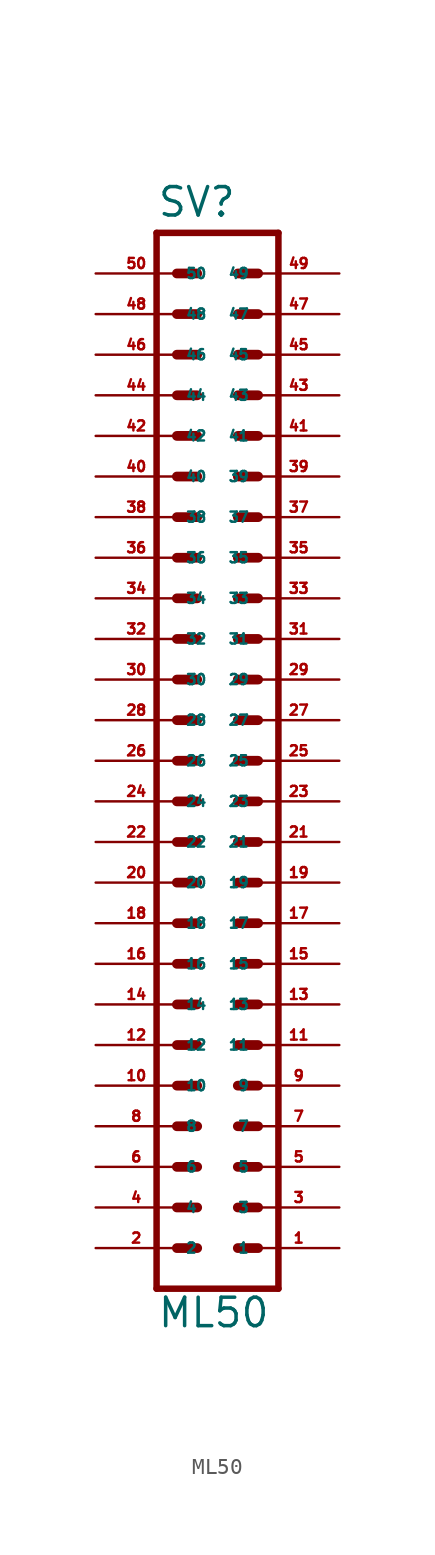
<source format=kicad_sym>
(kicad_symbol_lib
  (version 20220914)
  (generator Eagle2Kicad)
  (symbol "ML50"
    (property "Reference" "SV"
      (at -3.81 33.909 0)
      (effects (font (size 1.778 1.778) (thickness 0.22)) (justify left bottom)))
    (property "Value" "ML50"
      (at -3.81 -35.56 0)
      (effects (font (size 1.778 1.778) (thickness 0.22)) (justify left bottom)))
    (polyline
      (pts (xy 3.81 -33.02) (xy -3.81 -33.02))
      (stroke (width 0.406) (type default))
      (fill (type none)))
    (polyline
      (pts (xy -3.81 33.02) (xy -3.81 -33.02))
      (stroke (width 0.406) (type default))
      (fill (type none)))
    (polyline
      (pts (xy -3.81 33.02) (xy 3.81 33.02))
      (stroke (width 0.406) (type default))
      (fill (type none)))
    (polyline
      (pts (xy 3.81 -33.02) (xy 3.81 33.02))
      (stroke (width 0.406) (type default))
      (fill (type none)))
    (polyline
      (pts (xy 1.27 -20.32) (xy 2.54 -20.32))
      (stroke (width 0.61) (type default))
      (fill (type none)))
    (polyline
      (pts (xy 1.27 -22.86) (xy 2.54 -22.86))
      (stroke (width 0.61) (type default))
      (fill (type none)))
    (polyline
      (pts (xy 1.27 -25.4) (xy 2.54 -25.4))
      (stroke (width 0.61) (type default))
      (fill (type none)))
    (polyline
      (pts (xy 1.27 -27.94) (xy 2.54 -27.94))
      (stroke (width 0.61) (type default))
      (fill (type none)))
    (polyline
      (pts (xy 1.27 -30.48) (xy 2.54 -30.48))
      (stroke (width 0.61) (type default))
      (fill (type none)))
    (polyline
      (pts (xy -2.54 -20.32) (xy -1.27 -20.32))
      (stroke (width 0.61) (type default))
      (fill (type none)))
    (polyline
      (pts (xy -2.54 -22.86) (xy -1.27 -22.86))
      (stroke (width 0.61) (type default))
      (fill (type none)))
    (polyline
      (pts (xy -2.54 -25.4) (xy -1.27 -25.4))
      (stroke (width 0.61) (type default))
      (fill (type none)))
    (polyline
      (pts (xy -2.54 -27.94) (xy -1.27 -27.94))
      (stroke (width 0.61) (type default))
      (fill (type none)))
    (polyline
      (pts (xy -2.54 -30.48) (xy -1.27 -30.48))
      (stroke (width 0.61) (type default))
      (fill (type none)))
    (polyline
      (pts (xy 1.27 -17.78) (xy 2.54 -17.78))
      (stroke (width 0.61) (type default))
      (fill (type none)))
    (polyline
      (pts (xy 1.27 -15.24) (xy 2.54 -15.24))
      (stroke (width 0.61) (type default))
      (fill (type none)))
    (polyline
      (pts (xy 1.27 -12.7) (xy 2.54 -12.7))
      (stroke (width 0.61) (type default))
      (fill (type none)))
    (polyline
      (pts (xy 1.27 -10.16) (xy 2.54 -10.16))
      (stroke (width 0.61) (type default))
      (fill (type none)))
    (polyline
      (pts (xy 1.27 -7.62) (xy 2.54 -7.62))
      (stroke (width 0.61) (type default))
      (fill (type none)))
    (polyline
      (pts (xy -2.54 -17.78) (xy -1.27 -17.78))
      (stroke (width 0.61) (type default))
      (fill (type none)))
    (polyline
      (pts (xy -2.54 -15.24) (xy -1.27 -15.24))
      (stroke (width 0.61) (type default))
      (fill (type none)))
    (polyline
      (pts (xy -2.54 -12.7) (xy -1.27 -12.7))
      (stroke (width 0.61) (type default))
      (fill (type none)))
    (polyline
      (pts (xy -2.54 -10.16) (xy -1.27 -10.16))
      (stroke (width 0.61) (type default))
      (fill (type none)))
    (polyline
      (pts (xy -2.54 -7.62) (xy -1.27 -7.62))
      (stroke (width 0.61) (type default))
      (fill (type none)))
    (polyline
      (pts (xy 1.27 -5.08) (xy 2.54 -5.08))
      (stroke (width 0.61) (type default))
      (fill (type none)))
    (polyline
      (pts (xy 1.27 -2.54) (xy 2.54 -2.54))
      (stroke (width 0.61) (type default))
      (fill (type none)))
    (polyline
      (pts (xy 1.27 0) (xy 2.54 0))
      (stroke (width 0.61) (type default))
      (fill (type none)))
    (polyline
      (pts (xy -2.54 -5.08) (xy -1.27 -5.08))
      (stroke (width 0.61) (type default))
      (fill (type none)))
    (polyline
      (pts (xy -2.54 -2.54) (xy -1.27 -2.54))
      (stroke (width 0.61) (type default))
      (fill (type none)))
    (polyline
      (pts (xy -2.54 0) (xy -1.27 0))
      (stroke (width 0.61) (type default))
      (fill (type none)))
    (polyline
      (pts (xy 1.27 2.54) (xy 2.54 2.54))
      (stroke (width 0.61) (type default))
      (fill (type none)))
    (polyline
      (pts (xy 1.27 5.08) (xy 2.54 5.08))
      (stroke (width 0.61) (type default))
      (fill (type none)))
    (polyline
      (pts (xy 1.27 7.62) (xy 2.54 7.62))
      (stroke (width 0.61) (type default))
      (fill (type none)))
    (polyline
      (pts (xy 1.27 10.16) (xy 2.54 10.16))
      (stroke (width 0.61) (type default))
      (fill (type none)))
    (polyline
      (pts (xy 1.27 12.7) (xy 2.54 12.7))
      (stroke (width 0.61) (type default))
      (fill (type none)))
    (polyline
      (pts (xy 1.27 15.24) (xy 2.54 15.24))
      (stroke (width 0.61) (type default))
      (fill (type none)))
    (polyline
      (pts (xy 1.27 17.78) (xy 2.54 17.78))
      (stroke (width 0.61) (type default))
      (fill (type none)))
    (polyline
      (pts (xy -2.54 2.54) (xy -1.27 2.54))
      (stroke (width 0.61) (type default))
      (fill (type none)))
    (polyline
      (pts (xy -2.54 5.08) (xy -1.27 5.08))
      (stroke (width 0.61) (type default))
      (fill (type none)))
    (polyline
      (pts (xy -2.54 7.62) (xy -1.27 7.62))
      (stroke (width 0.61) (type default))
      (fill (type none)))
    (polyline
      (pts (xy -2.54 10.16) (xy -1.27 10.16))
      (stroke (width 0.61) (type default))
      (fill (type none)))
    (polyline
      (pts (xy -2.54 12.7) (xy -1.27 12.7))
      (stroke (width 0.61) (type default))
      (fill (type none)))
    (polyline
      (pts (xy -2.54 15.24) (xy -1.27 15.24))
      (stroke (width 0.61) (type default))
      (fill (type none)))
    (polyline
      (pts (xy -2.54 17.78) (xy -1.27 17.78))
      (stroke (width 0.61) (type default))
      (fill (type none)))
    (polyline
      (pts (xy -2.54 20.32) (xy -1.27 20.32))
      (stroke (width 0.61) (type default))
      (fill (type none)))
    (polyline
      (pts (xy -2.54 22.86) (xy -1.27 22.86))
      (stroke (width 0.61) (type default))
      (fill (type none)))
    (polyline
      (pts (xy -2.54 25.4) (xy -1.27 25.4))
      (stroke (width 0.61) (type default))
      (fill (type none)))
    (polyline
      (pts (xy 1.27 20.32) (xy 2.54 20.32))
      (stroke (width 0.61) (type default))
      (fill (type none)))
    (polyline
      (pts (xy 1.27 22.86) (xy 2.54 22.86))
      (stroke (width 0.61) (type default))
      (fill (type none)))
    (polyline
      (pts (xy 1.27 25.4) (xy 2.54 25.4))
      (stroke (width 0.61) (type default))
      (fill (type none)))
    (polyline
      (pts (xy -2.54 27.94) (xy -1.27 27.94))
      (stroke (width 0.61) (type default))
      (fill (type none)))
    (polyline
      (pts (xy -2.54 30.48) (xy -1.27 30.48))
      (stroke (width 0.61) (type default))
      (fill (type none)))
    (polyline
      (pts (xy 1.27 27.94) (xy 2.54 27.94))
      (stroke (width 0.61) (type default))
      (fill (type none)))
    (polyline
      (pts (xy 1.27 30.48) (xy 2.54 30.48))
      (stroke (width 0.61) (type default))
      (fill (type none)))
    (pin passive line
      (at 7.62 -30.48 180)
      (length 5.08)
      (name "1" (effects (font (size 0.635 0.635) (thickness 0.08)) (justify left bottom)))
      (number "1" (effects (font (size 0.635 0.635) (thickness 0.08)) (justify left bottom))))
    (pin passive line
      (at 7.62 -27.94 180)
      (length 5.08)
      (name "3" (effects (font (size 0.635 0.635) (thickness 0.08)) (justify left bottom)))
      (number "3" (effects (font (size 0.635 0.635) (thickness 0.08)) (justify left bottom))))
    (pin passive line
      (at 7.62 -25.4 180)
      (length 5.08)
      (name "5" (effects (font (size 0.635 0.635) (thickness 0.08)) (justify left bottom)))
      (number "5" (effects (font (size 0.635 0.635) (thickness 0.08)) (justify left bottom))))
    (pin passive line
      (at 7.62 -22.86 180)
      (length 5.08)
      (name "7" (effects (font (size 0.635 0.635) (thickness 0.08)) (justify left bottom)))
      (number "7" (effects (font (size 0.635 0.635) (thickness 0.08)) (justify left bottom))))
    (pin passive line
      (at 7.62 -20.32 180)
      (length 5.08)
      (name "9" (effects (font (size 0.635 0.635) (thickness 0.08)) (justify left bottom)))
      (number "9" (effects (font (size 0.635 0.635) (thickness 0.08)) (justify left bottom))))
    (pin passive line
      (at 7.62 -17.78 180)
      (length 5.08)
      (name "11" (effects (font (size 0.635 0.635) (thickness 0.08)) (justify left bottom)))
      (number "11" (effects (font (size 0.635 0.635) (thickness 0.08)) (justify left bottom))))
    (pin passive line
      (at 7.62 -15.24 180)
      (length 5.08)
      (name "13" (effects (font (size 0.635 0.635) (thickness 0.08)) (justify left bottom)))
      (number "13" (effects (font (size 0.635 0.635) (thickness 0.08)) (justify left bottom))))
    (pin passive line
      (at 7.62 -12.7 180)
      (length 5.08)
      (name "15" (effects (font (size 0.635 0.635) (thickness 0.08)) (justify left bottom)))
      (number "15" (effects (font (size 0.635 0.635) (thickness 0.08)) (justify left bottom))))
    (pin passive line
      (at 7.62 -10.16 180)
      (length 5.08)
      (name "17" (effects (font (size 0.635 0.635) (thickness 0.08)) (justify left bottom)))
      (number "17" (effects (font (size 0.635 0.635) (thickness 0.08)) (justify left bottom))))
    (pin passive line
      (at 7.62 -7.62 180)
      (length 5.08)
      (name "19" (effects (font (size 0.635 0.635) (thickness 0.08)) (justify left bottom)))
      (number "19" (effects (font (size 0.635 0.635) (thickness 0.08)) (justify left bottom))))
    (pin passive line
      (at 7.62 -5.08 180)
      (length 5.08)
      (name "21" (effects (font (size 0.635 0.635) (thickness 0.08)) (justify left bottom)))
      (number "21" (effects (font (size 0.635 0.635) (thickness 0.08)) (justify left bottom))))
    (pin passive line
      (at 7.62 -2.54 180)
      (length 5.08)
      (name "23" (effects (font (size 0.635 0.635) (thickness 0.08)) (justify left bottom)))
      (number "23" (effects (font (size 0.635 0.635) (thickness 0.08)) (justify left bottom))))
    (pin passive line
      (at 7.62 0 180)
      (length 5.08)
      (name "25" (effects (font (size 0.635 0.635) (thickness 0.08)) (justify left bottom)))
      (number "25" (effects (font (size 0.635 0.635) (thickness 0.08)) (justify left bottom))))
    (pin passive line
      (at 7.62 2.54 180)
      (length 5.08)
      (name "27" (effects (font (size 0.635 0.635) (thickness 0.08)) (justify left bottom)))
      (number "27" (effects (font (size 0.635 0.635) (thickness 0.08)) (justify left bottom))))
    (pin passive line
      (at 7.62 5.08 180)
      (length 5.08)
      (name "29" (effects (font (size 0.635 0.635) (thickness 0.08)) (justify left bottom)))
      (number "29" (effects (font (size 0.635 0.635) (thickness 0.08)) (justify left bottom))))
    (pin passive line
      (at 7.62 7.62 180)
      (length 5.08)
      (name "31" (effects (font (size 0.635 0.635) (thickness 0.08)) (justify left bottom)))
      (number "31" (effects (font (size 0.635 0.635) (thickness 0.08)) (justify left bottom))))
    (pin passive line
      (at 7.62 10.16 180)
      (length 5.08)
      (name "33" (effects (font (size 0.635 0.635) (thickness 0.08)) (justify left bottom)))
      (number "33" (effects (font (size 0.635 0.635) (thickness 0.08)) (justify left bottom))))
    (pin passive line
      (at 7.62 12.7 180)
      (length 5.08)
      (name "35" (effects (font (size 0.635 0.635) (thickness 0.08)) (justify left bottom)))
      (number "35" (effects (font (size 0.635 0.635) (thickness 0.08)) (justify left bottom))))
    (pin passive line
      (at 7.62 15.24 180)
      (length 5.08)
      (name "37" (effects (font (size 0.635 0.635) (thickness 0.08)) (justify left bottom)))
      (number "37" (effects (font (size 0.635 0.635) (thickness 0.08)) (justify left bottom))))
    (pin passive line
      (at 7.62 17.78 180)
      (length 5.08)
      (name "39" (effects (font (size 0.635 0.635) (thickness 0.08)) (justify left bottom)))
      (number "39" (effects (font (size 0.635 0.635) (thickness 0.08)) (justify left bottom))))
    (pin passive line
      (at -7.62 -30.48 0)
      (length 5.08)
      (name "2" (effects (font (size 0.635 0.635) (thickness 0.08)) (justify left bottom)))
      (number "2" (effects (font (size 0.635 0.635) (thickness 0.08)) (justify left bottom))))
    (pin passive line
      (at -7.62 -27.94 0)
      (length 5.08)
      (name "4" (effects (font (size 0.635 0.635) (thickness 0.08)) (justify left bottom)))
      (number "4" (effects (font (size 0.635 0.635) (thickness 0.08)) (justify left bottom))))
    (pin passive line
      (at -7.62 -25.4 0)
      (length 5.08)
      (name "6" (effects (font (size 0.635 0.635) (thickness 0.08)) (justify left bottom)))
      (number "6" (effects (font (size 0.635 0.635) (thickness 0.08)) (justify left bottom))))
    (pin passive line
      (at -7.62 -22.86 0)
      (length 5.08)
      (name "8" (effects (font (size 0.635 0.635) (thickness 0.08)) (justify left bottom)))
      (number "8" (effects (font (size 0.635 0.635) (thickness 0.08)) (justify left bottom))))
    (pin passive line
      (at -7.62 -20.32 0)
      (length 5.08)
      (name "10" (effects (font (size 0.635 0.635) (thickness 0.08)) (justify left bottom)))
      (number "10" (effects (font (size 0.635 0.635) (thickness 0.08)) (justify left bottom))))
    (pin passive line
      (at -7.62 -17.78 0)
      (length 5.08)
      (name "12" (effects (font (size 0.635 0.635) (thickness 0.08)) (justify left bottom)))
      (number "12" (effects (font (size 0.635 0.635) (thickness 0.08)) (justify left bottom))))
    (pin passive line
      (at -7.62 -15.24 0)
      (length 5.08)
      (name "14" (effects (font (size 0.635 0.635) (thickness 0.08)) (justify left bottom)))
      (number "14" (effects (font (size 0.635 0.635) (thickness 0.08)) (justify left bottom))))
    (pin passive line
      (at -7.62 -12.7 0)
      (length 5.08)
      (name "16" (effects (font (size 0.635 0.635) (thickness 0.08)) (justify left bottom)))
      (number "16" (effects (font (size 0.635 0.635) (thickness 0.08)) (justify left bottom))))
    (pin passive line
      (at -7.62 -10.16 0)
      (length 5.08)
      (name "18" (effects (font (size 0.635 0.635) (thickness 0.08)) (justify left bottom)))
      (number "18" (effects (font (size 0.635 0.635) (thickness 0.08)) (justify left bottom))))
    (pin passive line
      (at -7.62 -7.62 0)
      (length 5.08)
      (name "20" (effects (font (size 0.635 0.635) (thickness 0.08)) (justify left bottom)))
      (number "20" (effects (font (size 0.635 0.635) (thickness 0.08)) (justify left bottom))))
    (pin passive line
      (at -7.62 -5.08 0)
      (length 5.08)
      (name "22" (effects (font (size 0.635 0.635) (thickness 0.08)) (justify left bottom)))
      (number "22" (effects (font (size 0.635 0.635) (thickness 0.08)) (justify left bottom))))
    (pin passive line
      (at -7.62 -2.54 0)
      (length 5.08)
      (name "24" (effects (font (size 0.635 0.635) (thickness 0.08)) (justify left bottom)))
      (number "24" (effects (font (size 0.635 0.635) (thickness 0.08)) (justify left bottom))))
    (pin passive line
      (at -7.62 0 0)
      (length 5.08)
      (name "26" (effects (font (size 0.635 0.635) (thickness 0.08)) (justify left bottom)))
      (number "26" (effects (font (size 0.635 0.635) (thickness 0.08)) (justify left bottom))))
    (pin passive line
      (at -7.62 2.54 0)
      (length 5.08)
      (name "28" (effects (font (size 0.635 0.635) (thickness 0.08)) (justify left bottom)))
      (number "28" (effects (font (size 0.635 0.635) (thickness 0.08)) (justify left bottom))))
    (pin passive line
      (at -7.62 5.08 0)
      (length 5.08)
      (name "30" (effects (font (size 0.635 0.635) (thickness 0.08)) (justify left bottom)))
      (number "30" (effects (font (size 0.635 0.635) (thickness 0.08)) (justify left bottom))))
    (pin passive line
      (at -7.62 7.62 0)
      (length 5.08)
      (name "32" (effects (font (size 0.635 0.635) (thickness 0.08)) (justify left bottom)))
      (number "32" (effects (font (size 0.635 0.635) (thickness 0.08)) (justify left bottom))))
    (pin passive line
      (at -7.62 10.16 0)
      (length 5.08)
      (name "34" (effects (font (size 0.635 0.635) (thickness 0.08)) (justify left bottom)))
      (number "34" (effects (font (size 0.635 0.635) (thickness 0.08)) (justify left bottom))))
    (pin passive line
      (at -7.62 12.7 0)
      (length 5.08)
      (name "36" (effects (font (size 0.635 0.635) (thickness 0.08)) (justify left bottom)))
      (number "36" (effects (font (size 0.635 0.635) (thickness 0.08)) (justify left bottom))))
    (pin passive line
      (at -7.62 15.24 0)
      (length 5.08)
      (name "38" (effects (font (size 0.635 0.635) (thickness 0.08)) (justify left bottom)))
      (number "38" (effects (font (size 0.635 0.635) (thickness 0.08)) (justify left bottom))))
    (pin passive line
      (at -7.62 17.78 0)
      (length 5.08)
      (name "40" (effects (font (size 0.635 0.635) (thickness 0.08)) (justify left bottom)))
      (number "40" (effects (font (size 0.635 0.635) (thickness 0.08)) (justify left bottom))))
    (pin passive line
      (at 7.62 20.32 180)
      (length 5.08)
      (name "41" (effects (font (size 0.635 0.635) (thickness 0.08)) (justify left bottom)))
      (number "41" (effects (font (size 0.635 0.635) (thickness 0.08)) (justify left bottom))))
    (pin passive line
      (at 7.62 22.86 180)
      (length 5.08)
      (name "43" (effects (font (size 0.635 0.635) (thickness 0.08)) (justify left bottom)))
      (number "43" (effects (font (size 0.635 0.635) (thickness 0.08)) (justify left bottom))))
    (pin passive line
      (at 7.62 25.4 180)
      (length 5.08)
      (name "45" (effects (font (size 0.635 0.635) (thickness 0.08)) (justify left bottom)))
      (number "45" (effects (font (size 0.635 0.635) (thickness 0.08)) (justify left bottom))))
    (pin passive line
      (at 7.62 27.94 180)
      (length 5.08)
      (name "47" (effects (font (size 0.635 0.635) (thickness 0.08)) (justify left bottom)))
      (number "47" (effects (font (size 0.635 0.635) (thickness 0.08)) (justify left bottom))))
    (pin passive line
      (at 7.62 30.48 180)
      (length 5.08)
      (name "49" (effects (font (size 0.635 0.635) (thickness 0.08)) (justify left bottom)))
      (number "49" (effects (font (size 0.635 0.635) (thickness 0.08)) (justify left bottom))))
    (pin passive line
      (at -7.62 20.32 0)
      (length 5.08)
      (name "42" (effects (font (size 0.635 0.635) (thickness 0.08)) (justify left bottom)))
      (number "42" (effects (font (size 0.635 0.635) (thickness 0.08)) (justify left bottom))))
    (pin passive line
      (at -7.62 22.86 0)
      (length 5.08)
      (name "44" (effects (font (size 0.635 0.635) (thickness 0.08)) (justify left bottom)))
      (number "44" (effects (font (size 0.635 0.635) (thickness 0.08)) (justify left bottom))))
    (pin passive line
      (at -7.62 25.4 0)
      (length 5.08)
      (name "46" (effects (font (size 0.635 0.635) (thickness 0.08)) (justify left bottom)))
      (number "46" (effects (font (size 0.635 0.635) (thickness 0.08)) (justify left bottom))))
    (pin passive line
      (at -7.62 27.94 0)
      (length 5.08)
      (name "48" (effects (font (size 0.635 0.635) (thickness 0.08)) (justify left bottom)))
      (number "48" (effects (font (size 0.635 0.635) (thickness 0.08)) (justify left bottom))))
    (pin passive line
      (at -7.62 30.48 0)
      (length 5.08)
      (name "50" (effects (font (size 0.635 0.635) (thickness 0.08)) (justify left bottom)))
      (number "50" (effects (font (size 0.635 0.635) (thickness 0.08)) (justify left bottom))))))
</source>
